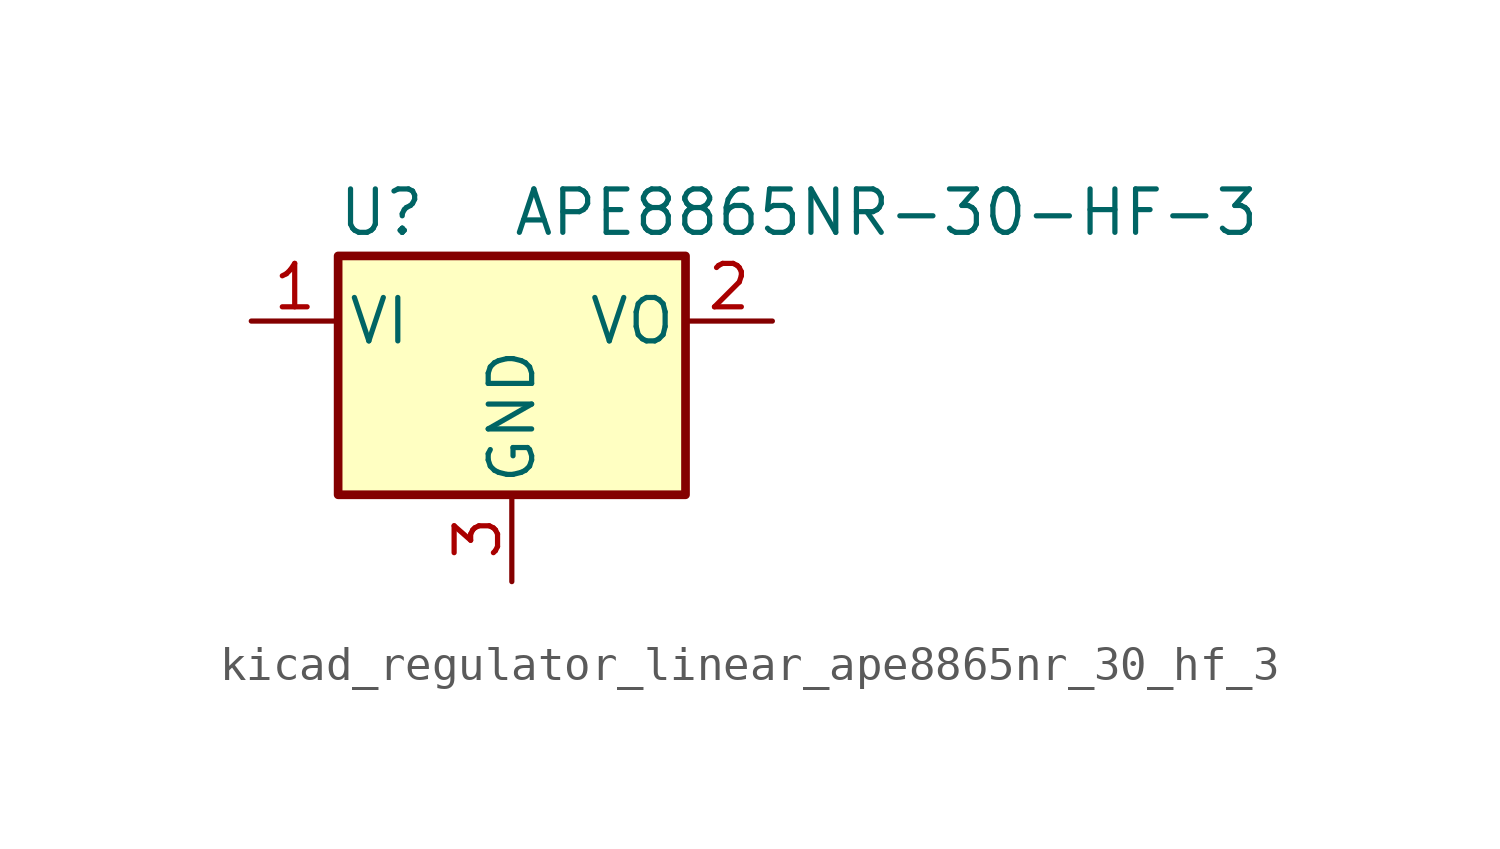
<source format=kicad_sym>
(kicad_symbol_lib
  (version 20220914)
  (generator kicad_symbol_editor)
  (symbol "kicad_regulator_linear_ape8865nr_30_hf_3"
    (pin_names
      (offset 0.254))
    (property "Reference" "U"
      (at -3.81 3.175 0)
      (effects (font (size 1.27 1.27))))
    (property "Value" "APE8865NR-30-HF-3"
      (at 0 3.175 0)
      (effects (font (size 1.27 1.27)) (justify left)))
    (symbol "kicad_regulator_linear_ape8865nr_30_hf_3_0_1"
      (rectangle (start -5.08 1.905) (end 5.08 -5.08) (stroke (width 0.254) (type default)) (fill (type background))))
    (symbol "kicad_regulator_linear_ape8865nr_30_hf_3_1_1"
      (pin power_in line (at -7.62 0 0) (length 2.54) (name "VI" (effects (font (size 1.27 1.27)))) (number "1" (effects (font (size 1.27 1.27)))))
      (pin power_out line (at 7.62 0 180) (length 2.54) (name "VO" (effects (font (size 1.27 1.27)))) (number "2" (effects (font (size 1.27 1.27)))))
      (pin power_in line (at 0 -7.62 90) (length 2.54) (name "GND" (effects (font (size 1.27 1.27)))) (number "3" (effects (font (size 1.27 1.27))))))))
</source>
